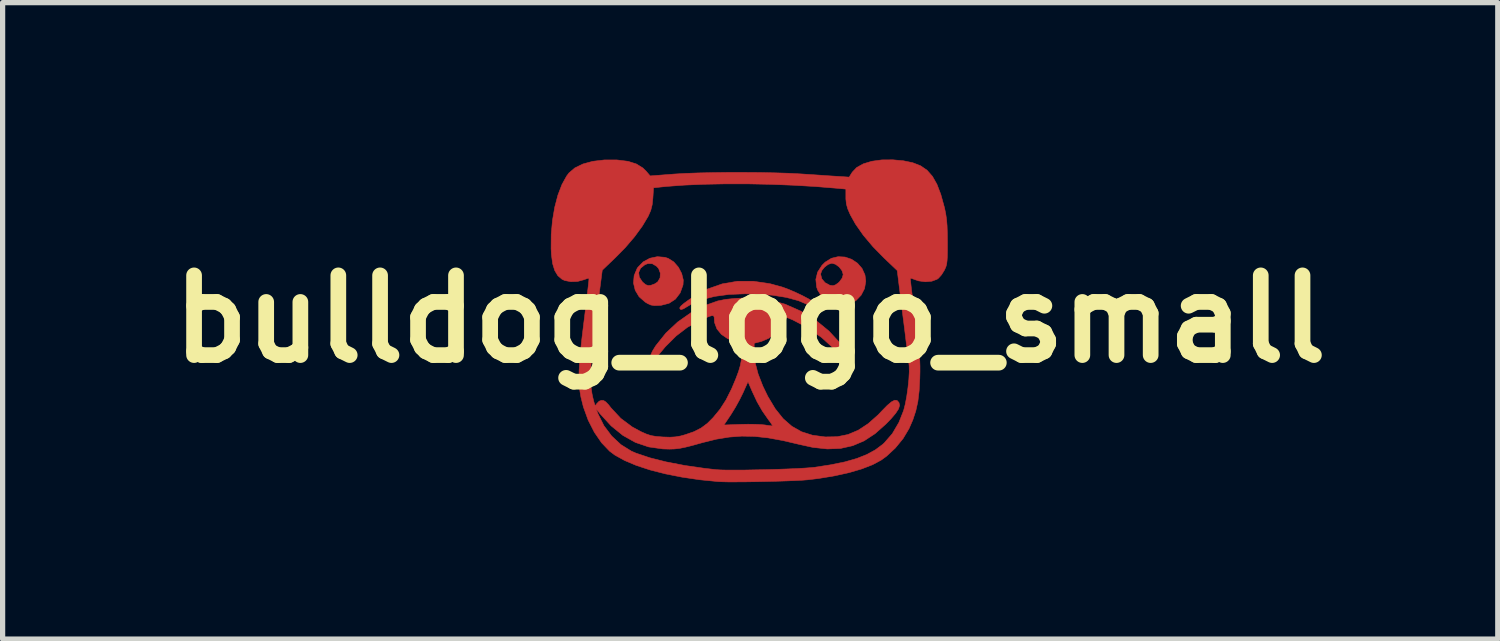
<source format=kicad_pcb>
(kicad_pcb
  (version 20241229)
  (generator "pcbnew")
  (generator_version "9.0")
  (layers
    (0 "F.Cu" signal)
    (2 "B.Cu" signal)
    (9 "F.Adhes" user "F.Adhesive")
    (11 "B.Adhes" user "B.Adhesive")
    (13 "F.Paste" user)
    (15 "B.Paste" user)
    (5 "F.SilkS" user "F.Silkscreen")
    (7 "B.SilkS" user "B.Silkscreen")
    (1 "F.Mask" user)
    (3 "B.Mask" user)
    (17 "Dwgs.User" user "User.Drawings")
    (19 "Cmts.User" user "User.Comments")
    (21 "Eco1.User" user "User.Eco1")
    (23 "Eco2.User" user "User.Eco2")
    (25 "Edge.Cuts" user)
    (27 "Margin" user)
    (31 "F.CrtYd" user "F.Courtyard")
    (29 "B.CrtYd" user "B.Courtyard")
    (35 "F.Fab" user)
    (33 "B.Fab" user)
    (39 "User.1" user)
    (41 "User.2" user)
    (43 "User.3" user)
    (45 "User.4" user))
  (footprint "bulldog_logo_small"
    (layer "F.Cu")
    (at 11.292 3.049)
    (property "Reference" "bulldog_logo_small" (at 0 0 0) (layer "F.SilkS") (effects (font (size 1.524 1.524) (thickness 0.3))))
    (attr through_hole)
    (fp_poly (pts (xy 0.379 -0.675) (xy 0.62 -0.609) (xy 0.736 -0.566) (xy 0.866 -0.51) (xy 0.999 -0.447) (xy 1.121 -0.382) (xy 1.221 -0.322) (xy 1.287 -0.273) (xy 1.292 -0.268) (xy 1.314 -0.228) (xy 1.31 -0.207) (xy 1.279 -0.203) (xy 1.211 -0.226) (xy 1.123 -0.266) (xy 0.922 -0.351) (xy 0.692 -0.413) (xy 0.43 -0.455) (xy 0.129 -0.478) (xy -0.105 -0.482) (xy -0.406 -0.47) (xy -0.678 -0.433) (xy -0.916 -0.373) (xy -1.116 -0.29) (xy -1.197 -0.242) (xy -1.276 -0.195) (xy -1.324 -0.18) (xy -1.344 -0.198) (xy -1.346 -0.216) (xy -1.325 -0.248) (xy -1.269 -0.297) (xy -1.187 -0.357) (xy -1.089 -0.423) (xy -0.983 -0.487) (xy -0.88 -0.543) (xy -0.815 -0.574) (xy -0.535 -0.672) (xy -0.244 -0.722) (xy 0.061 -0.722) (xy 0.379 -0.675)) (stroke (width 0.01) (type solid)) (fill yes) (layer "F.Cu"))
    (fp_poly (pts (xy -1.631 -1.18) (xy -1.567 -1.159) (xy -1.461 -1.092) (xy -1.373 -0.991) (xy -1.31 -0.871) (xy -1.279 -0.746) (xy -1.284 -0.652) (xy -1.339 -0.499) (xy -1.429 -0.381) (xy -1.551 -0.301) (xy -1.704 -0.262) (xy -1.737 -0.26) (xy -1.831 -0.257) (xy -1.9 -0.268) (xy -1.965 -0.298) (xy -2.009 -0.325) (xy -2.124 -0.426) (xy -2.198 -0.55) (xy -2.231 -0.688) (xy -2.219 -0.83) (xy -2.194 -0.89) (xy -2.132 -0.89) (xy -2.12 -0.8) (xy -2.061 -0.711) (xy -2.056 -0.706) (xy -1.999 -0.657) (xy -1.949 -0.64) (xy -1.898 -0.645) (xy -1.823 -0.673) (xy -1.767 -0.711) (xy -1.723 -0.788) (xy -1.718 -0.878) (xy -1.75 -0.964) (xy -1.787 -1.007) (xy -1.872 -1.058) (xy -1.957 -1.06) (xy -2.015 -1.037) (xy -2.096 -0.971) (xy -2.132 -0.89) (xy -2.194 -0.89) (xy -2.162 -0.967) (xy -2.147 -0.989) (xy -2.046 -1.093) (xy -1.918 -1.162) (xy -1.776 -1.192) (xy -1.631 -1.18)) (stroke (width 0.01) (type solid)) (fill yes) (layer "F.Cu"))
    (fp_poly (pts (xy 1.813 -1.185) (xy 1.939 -1.142) (xy 2.05 -1.068) (xy 2.138 -0.967) (xy 2.194 -0.844) (xy 2.21 -0.724) (xy 2.186 -0.582) (xy 2.121 -0.456) (xy 2.023 -0.354) (xy 1.9 -0.284) (xy 1.761 -0.255) (xy 1.741 -0.255) (xy 1.648 -0.262) (xy 1.563 -0.28) (xy 1.536 -0.289) (xy 1.443 -0.351) (xy 1.357 -0.445) (xy 1.291 -0.552) (xy 1.27 -0.611) (xy 1.255 -0.758) (xy 1.28 -0.859) (xy 1.346 -0.859) (xy 1.369 -0.769) (xy 1.431 -0.695) (xy 1.52 -0.647) (xy 1.583 -0.637) (xy 1.63 -0.653) (xy 1.688 -0.694) (xy 1.704 -0.709) (xy 1.758 -0.782) (xy 1.778 -0.851) (xy 1.756 -0.923) (xy 1.702 -0.994) (xy 1.631 -1.047) (xy 1.562 -1.067) (xy 1.494 -1.046) (xy 1.424 -0.995) (xy 1.37 -0.928) (xy 1.346 -0.861) (xy 1.346 -0.859) (xy 1.28 -0.859) (xy 1.289 -0.897) (xy 1.372 -1.026) (xy 1.433 -1.087) (xy 1.552 -1.161) (xy 1.681 -1.192) (xy 1.813 -1.185)) (stroke (width 0.01) (type solid)) (fill yes) (layer "F.Cu"))
    (fp_poly (pts (xy 2.931 -3.025) (xy 3.108 -2.988) (xy 3.257 -2.93) (xy 3.381 -2.845) (xy 3.484 -2.728) (xy 3.57 -2.576) (xy 3.644 -2.383) (xy 3.71 -2.144) (xy 3.716 -2.121) (xy 3.738 -2.013) (xy 3.754 -1.905) (xy 3.764 -1.783) (xy 3.769 -1.635) (xy 3.771 -1.473) (xy 3.771 -1.316) (xy 3.769 -1.2) (xy 3.764 -1.115) (xy 3.756 -1.053) (xy 3.743 -1.003) (xy 3.723 -0.956) (xy 3.711 -0.931) (xy 3.659 -0.847) (xy 3.598 -0.779) (xy 3.572 -0.76) (xy 3.472 -0.723) (xy 3.348 -0.712) (xy 3.222 -0.729) (xy 3.158 -0.75) (xy 3.098 -0.772) (xy 3.063 -0.782) (xy 3.06 -0.781) (xy 3.062 -0.756) (xy 3.07 -0.685) (xy 3.082 -0.577) (xy 3.1 -0.438) (xy 3.121 -0.272) (xy 3.144 -0.088) (xy 3.154 -0.013) (xy 3.184 0.215) (xy 3.207 0.401) (xy 3.224 0.554) (xy 3.235 0.683) (xy 3.242 0.795) (xy 3.246 0.901) (xy 3.246 1.008) (xy 3.243 1.125) (xy 3.243 1.13) (xy 3.23 1.371) (xy 3.206 1.575) (xy 3.166 1.756) (xy 3.109 1.929) (xy 3.035 2.098) (xy 2.923 2.285) (xy 2.775 2.466) (xy 2.606 2.623) (xy 2.504 2.697) (xy 2.34 2.785) (xy 2.131 2.866) (xy 1.885 2.938) (xy 1.608 2.999) (xy 1.305 3.049) (xy 1.105 3.073) (xy 1.007 3.081) (xy 0.869 3.088) (xy 0.7 3.095) (xy 0.511 3.101) (xy 0.31 3.106) (xy 0.106 3.11) (xy -0.091 3.113) (xy -0.272 3.114) (xy -0.428 3.114) (xy -0.549 3.111) (xy -0.61 3.108) (xy -0.964 3.073) (xy -1.303 3.023) (xy -1.622 2.96) (xy -1.915 2.885) (xy -2.177 2.799) (xy -2.402 2.704) (xy -2.586 2.602) (xy -2.688 2.526) (xy -2.841 2.366) (xy -2.979 2.165) (xy -3.097 1.934) (xy -3.189 1.681) (xy -3.236 1.493) (xy -3.255 1.383) (xy -3.268 1.266) (xy -3.273 1.137) (xy -3.272 1.06) (xy -3.05 1.06) (xy -3.049 1.198) (xy -3.04 1.319) (xy -3.024 1.429) (xy -3.01 1.495) (xy -2.987 1.588) (xy -2.971 1.638) (xy -2.958 1.651) (xy -2.944 1.635) (xy -2.937 1.622) (xy -2.888 1.571) (xy -2.843 1.555) (xy -2.803 1.558) (xy -2.761 1.584) (xy -2.708 1.639) (xy -2.661 1.699) (xy -2.475 1.899) (xy -2.255 2.063) (xy -2.087 2.154) (xy -1.985 2.199) (xy -1.898 2.228) (xy -1.804 2.244) (xy -1.683 2.254) (xy -1.665 2.255) (xy -1.532 2.259) (xy -1.429 2.253) (xy -1.331 2.236) (xy -1.241 2.211) (xy -1.073 2.153) (xy -0.939 2.084) (xy -0.86 2.026) (xy -0.502 2.026) (xy -0.181 2.014) (xy -0.043 2.011) (xy 0.091 2.013) (xy 0.205 2.018) (xy 0.279 2.025) (xy 0.357 2.037) (xy 0.411 2.043) (xy 0.427 2.043) (xy 0.417 2.021) (xy 0.384 1.972) (xy 0.344 1.918) (xy 0.231 1.756) (xy 0.132 1.583) (xy 0.039 1.385) (xy -0.042 1.198) (xy -0.139 1.414) (xy -0.203 1.543) (xy -0.281 1.685) (xy -0.359 1.812) (xy -0.369 1.828) (xy -0.502 2.026) (xy -0.86 2.026) (xy -0.82 1.996) (xy -0.709 1.885) (xy -0.578 1.726) (xy -0.462 1.546) (xy -0.355 1.333) (xy -0.275 1.143) (xy -0.222 1.001) (xy -0.188 0.885) (xy -0.168 0.778) (xy -0.158 0.67) (xy -0.146 0.464) (xy -0.276 0.433) (xy -0.428 0.377) (xy -0.55 0.294) (xy -0.636 0.189) (xy -0.681 0.069) (xy -0.686 0.012) (xy -0.688 -0.033) (xy -0.699 -0.06) (xy -0.727 -0.066) (xy -0.78 -0.051) (xy -0.865 -0.016) (xy -0.962 0.028) (xy -1.198 0.157) (xy -1.415 0.323) (xy -1.623 0.53) (xy -1.741 0.672) (xy -1.8 0.736) (xy -1.844 0.758) (xy -1.862 0.755) (xy -1.896 0.73) (xy -1.9 0.687) (xy -1.873 0.621) (xy -1.814 0.524) (xy -1.8 0.504) (xy -1.612 0.269) (xy -1.387 0.058) (xy -1.134 -0.12) (xy -0.863 -0.26) (xy -0.622 -0.345) (xy -0.474 -0.375) (xy -0.293 -0.394) (xy -0.096 -0.402) (xy 0.099 -0.398) (xy 0.276 -0.383) (xy 0.359 -0.369) (xy 0.671 -0.282) (xy 0.972 -0.149) (xy 1.254 0.024) (xy 1.507 0.231) (xy 1.72 0.462) (xy 1.805 0.576) (xy 1.855 0.659) (xy 1.87 0.714) (xy 1.854 0.747) (xy 1.842 0.753) (xy 1.806 0.745) (xy 1.746 0.703) (xy 1.659 0.623) (xy 1.623 0.587) (xy 1.365 0.353) (xy 1.097 0.164) (xy 0.81 0.015) (xy 0.718 -0.023) (xy 0.586 -0.075) (xy 0.6 -0.002) (xy 0.596 0.097) (xy 0.548 0.197) (xy 0.464 0.291) (xy 0.351 0.37) (xy 0.217 0.427) (xy 0.184 0.436) (xy 0.076 0.463) (xy 0.076 0.649) (xy 0.095 0.836) (xy 0.151 1.049) (xy 0.242 1.283) (xy 0.337 1.479) (xy 0.479 1.716) (xy 0.63 1.905) (xy 0.796 2.05) (xy 0.981 2.155) (xy 1.189 2.221) (xy 1.426 2.253) (xy 1.439 2.254) (xy 1.663 2.25) (xy 1.87 2.208) (xy 2.065 2.126) (xy 2.255 2.001) (xy 2.447 1.831) (xy 2.517 1.757) (xy 2.622 1.65) (xy 2.702 1.583) (xy 2.762 1.552) (xy 2.808 1.557) (xy 2.842 1.595) (xy 2.845 1.6) (xy 2.856 1.652) (xy 2.836 1.718) (xy 2.782 1.801) (xy 2.693 1.906) (xy 2.593 2.009) (xy 2.388 2.191) (xy 2.178 2.329) (xy 1.959 2.422) (xy 1.727 2.474) (xy 1.475 2.484) (xy 1.198 2.454) (xy 0.947 2.399) (xy 0.628 2.324) (xy 0.343 2.272) (xy 0.084 2.244) (xy -0.161 2.239) (xy -0.401 2.257) (xy -0.646 2.297) (xy -0.905 2.361) (xy -0.941 2.371) (xy -1.109 2.418) (xy -1.242 2.451) (xy -1.35 2.473) (xy -1.446 2.484) (xy -1.543 2.487) (xy -1.651 2.484) (xy -1.673 2.483) (xy -1.942 2.445) (xy -2.195 2.359) (xy -2.434 2.225) (xy -2.659 2.042) (xy -2.866 1.816) (xy -2.948 1.714) (xy -2.908 1.816) (xy -2.796 2.04) (xy -2.648 2.237) (xy -2.472 2.401) (xy -2.273 2.525) (xy -2.186 2.563) (xy -1.918 2.653) (xy -1.604 2.732) (xy -1.25 2.8) (xy -0.861 2.856) (xy -0.648 2.88) (xy -0.564 2.885) (xy -0.439 2.888) (xy -0.28 2.888) (xy -0.096 2.887) (xy 0.105 2.883) (xy 0.313 2.879) (xy 0.521 2.873) (xy 0.72 2.866) (xy 0.901 2.858) (xy 1.056 2.849) (xy 1.176 2.84) (xy 1.232 2.834) (xy 1.544 2.786) (xy 1.811 2.731) (xy 2.038 2.666) (xy 2.23 2.59) (xy 2.393 2.501) (xy 2.531 2.398) (xy 2.562 2.37) (xy 2.717 2.192) (xy 2.844 1.975) (xy 2.934 1.747) (xy 2.965 1.626) (xy 2.993 1.477) (xy 3.016 1.314) (xy 3.033 1.154) (xy 3.041 1.009) (xy 3.039 0.896) (xy 3.037 0.878) (xy 3.031 0.828) (xy 3.019 0.735) (xy 3.003 0.605) (xy 2.982 0.445) (xy 2.96 0.261) (xy 2.935 0.061) (xy 2.917 -0.076) (xy 2.811 -0.927) (xy 2.561 -1.165) (xy 2.347 -1.383) (xy 2.162 -1.603) (xy 2.012 -1.817) (xy 1.914 -1.993) (xy 1.865 -2.106) (xy 1.839 -2.199) (xy 1.829 -2.296) (xy 1.829 -2.327) (xy 1.829 -2.484) (xy 1.657 -2.5) (xy 1.249 -2.533) (xy 0.822 -2.558) (xy 0.386 -2.575) (xy -0.049 -2.584) (xy -0.474 -2.584) (xy -0.88 -2.576) (xy -1.258 -2.56) (xy -1.598 -2.535) (xy -1.705 -2.524) (xy -1.848 -2.509) (xy -1.86 -2.315) (xy -1.874 -2.184) (xy -1.901 -2.076) (xy -1.95 -1.965) (xy -2.062 -1.777) (xy -2.21 -1.574) (xy -2.388 -1.366) (xy -2.581 -1.17) (xy -2.828 -0.934) (xy -2.939 -0.08) (xy -2.978 0.226) (xy -3.009 0.488) (xy -3.031 0.71) (xy -3.044 0.899) (xy -3.05 1.06) (xy -3.272 1.06) (xy -3.271 0.99) (xy -3.261 0.818) (xy -3.244 0.616) (xy -3.218 0.377) (xy -3.184 0.095) (xy -3.175 0.025) (xy -3.151 -0.17) (xy -3.129 -0.348) (xy -3.111 -0.504) (xy -3.096 -0.63) (xy -3.086 -0.721) (xy -3.082 -0.772) (xy -3.083 -0.78) (xy -3.109 -0.776) (xy -3.164 -0.757) (xy -3.183 -0.75) (xy -3.302 -0.718) (xy -3.429 -0.714) (xy -3.545 -0.736) (xy -3.597 -0.76) (xy -3.677 -0.828) (xy -3.736 -0.926) (xy -3.777 -1.058) (xy -3.8 -1.23) (xy -3.806 -1.345) (xy -3.804 -1.617) (xy -3.78 -1.884) (xy -3.737 -2.137) (xy -3.676 -2.369) (xy -3.599 -2.571) (xy -3.509 -2.734) (xy -3.465 -2.792) (xy -3.352 -2.889) (xy -3.198 -2.964) (xy -3.01 -3.015) (xy -2.791 -3.041) (xy -2.548 -3.041) (xy -2.535 -3.04) (xy -2.336 -3.015) (xy -2.177 -2.965) (xy -2.052 -2.888) (xy -1.991 -2.828) (xy -1.912 -2.736) (xy -1.445 -2.772) (xy -1.24 -2.784) (xy -0.995 -2.793) (xy -0.72 -2.799) (xy -0.426 -2.803) (xy -0.124 -2.803) (xy 0.175 -2.801) (xy 0.462 -2.795) (xy 0.725 -2.787) (xy 0.954 -2.775) (xy 1.003 -2.772) (xy 1.168 -2.761) (xy 1.335 -2.75) (xy 1.489 -2.739) (xy 1.615 -2.731) (xy 1.664 -2.728) (xy 1.892 -2.713) (xy 1.951 -2.807) (xy 2.036 -2.897) (xy 2.163 -2.967) (xy 2.324 -3.016) (xy 2.514 -3.042) (xy 2.727 -3.044) (xy 2.931 -3.025)) (stroke (width 0.01) (type solid)) (fill yes) (layer "F.Cu")))
  (gr_rect
    (start -3 -3)
    (end 25.584 9.168)
    (stroke (width 0.1) (type default))
    (fill no)
    (layer "Edge.Cuts")))
</source>
